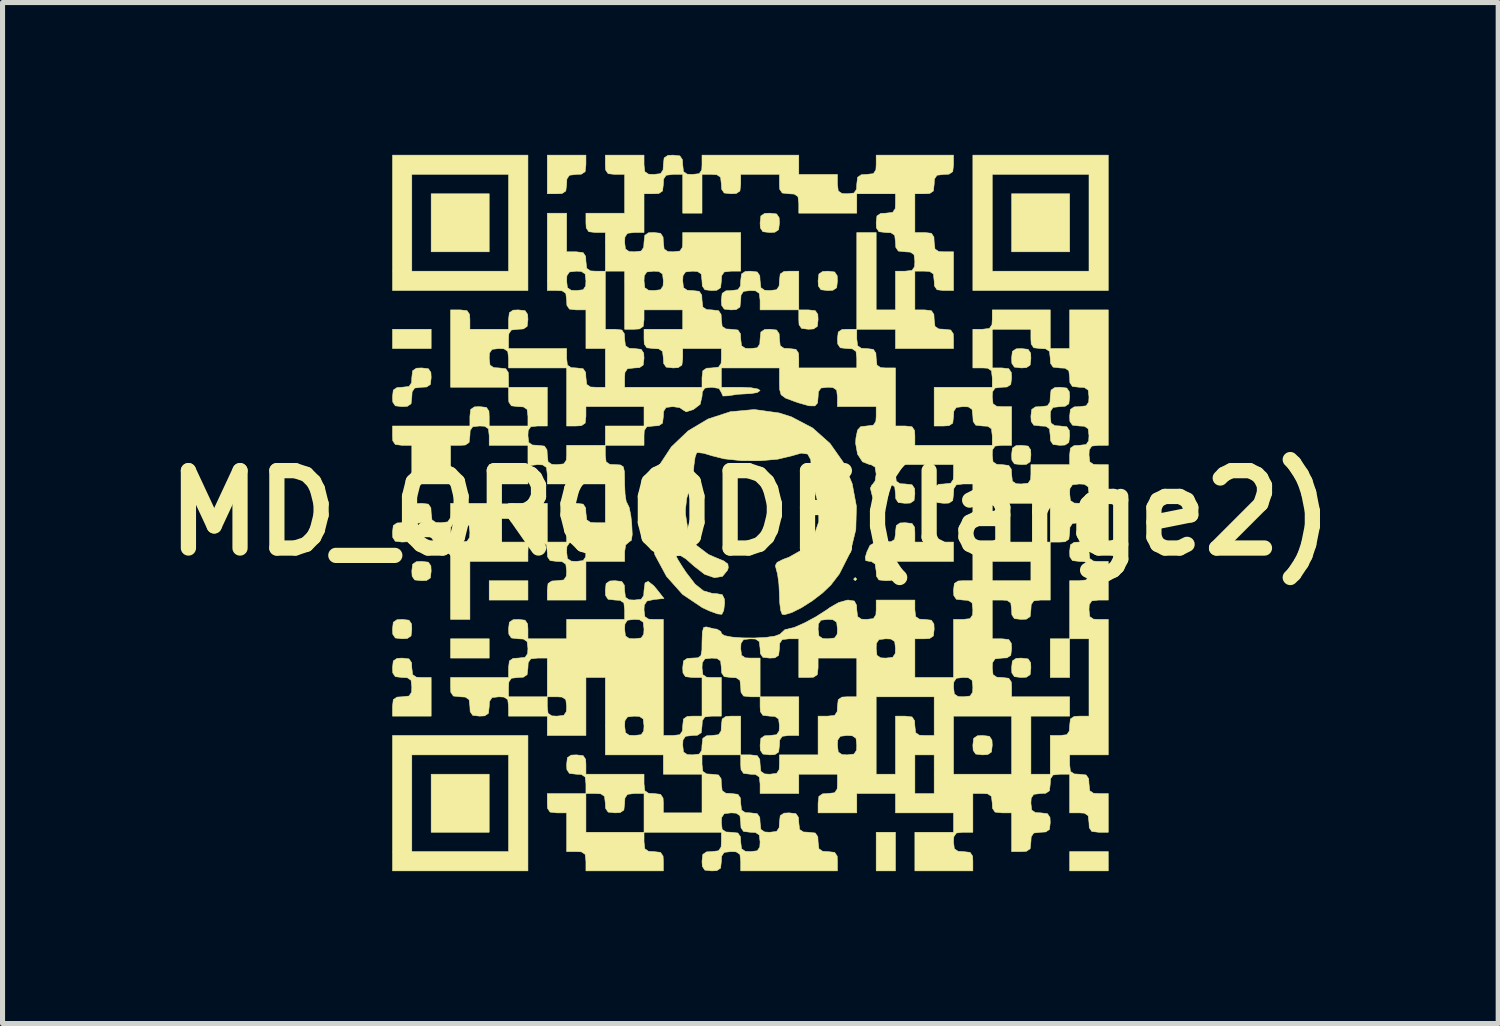
<source format=kicad_pcb>
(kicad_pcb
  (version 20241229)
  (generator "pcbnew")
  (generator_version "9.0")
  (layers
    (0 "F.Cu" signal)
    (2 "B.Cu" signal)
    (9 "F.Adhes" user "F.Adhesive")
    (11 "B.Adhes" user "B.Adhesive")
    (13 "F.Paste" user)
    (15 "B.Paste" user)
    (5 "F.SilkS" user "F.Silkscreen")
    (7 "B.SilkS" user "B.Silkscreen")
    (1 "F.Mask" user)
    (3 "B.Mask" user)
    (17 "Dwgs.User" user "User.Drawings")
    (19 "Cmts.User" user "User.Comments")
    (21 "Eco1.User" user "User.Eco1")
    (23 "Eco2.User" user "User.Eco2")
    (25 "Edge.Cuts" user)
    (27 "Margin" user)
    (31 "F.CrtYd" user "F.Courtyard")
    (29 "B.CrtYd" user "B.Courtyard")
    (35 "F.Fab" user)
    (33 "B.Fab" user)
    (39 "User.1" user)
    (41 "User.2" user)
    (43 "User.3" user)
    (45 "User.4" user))
  (footprint "MD_QRCODE(large2)"
    (layer "F.Cu")
    (at 11.728 7.053)
    (property "Reference" "MD_QRCODE(large2)" (at 0 0 0) (layer "F.SilkS") (effects (font (size 1.524 1.524) (thickness 0.3))))
    (attr through_hole)
    (fp_poly (pts (xy -6.287 -3.239) (xy -7.048 -3.239) (xy -7.048 -3.619) (xy -6.287 -3.619) (xy -6.287 -3.239)) (stroke (width 0.01) (type solid)) (fill yes) (layer "F.SilkS"))
    (fp_poly (pts (xy -5.144 -5.144) (xy -6.287 -5.144) (xy -6.287 -6.287) (xy -5.144 -6.287) (xy -5.144 -5.144)) (stroke (width 0.01) (type solid)) (fill yes) (layer "F.SilkS"))
    (fp_poly (pts (xy -5.144 2.857) (xy -5.905 2.857) (xy -5.905 2.477) (xy -5.144 2.477) (xy -5.144 2.857)) (stroke (width 0.01) (type solid)) (fill yes) (layer "F.SilkS"))
    (fp_poly (pts (xy -5.144 6.287) (xy -6.287 6.287) (xy -6.287 5.144) (xy -5.144 5.144) (xy -5.144 6.287)) (stroke (width 0.01) (type solid)) (fill yes) (layer "F.SilkS"))
    (fp_poly (pts (xy -4.381 1.714) (xy -5.144 1.714) (xy -5.144 1.333) (xy -4.381 1.333) (xy -4.381 1.714)) (stroke (width 0.01) (type solid)) (fill yes) (layer "F.SilkS"))
    (fp_poly (pts (xy 2.095 1.302) (xy 2.064 1.333) (xy 2.032 1.302) (xy 2.064 1.27) (xy 2.095 1.302)) (stroke (width 0.01) (type solid)) (fill yes) (layer "F.SilkS"))
    (fp_poly (pts (xy 2.857 7.048) (xy 2.477 7.048) (xy 2.477 6.287) (xy 2.857 6.287) (xy 2.857 7.048)) (stroke (width 0.01) (type solid)) (fill yes) (layer "F.SilkS"))
    (fp_poly (pts (xy 6.287 -5.144) (xy 5.144 -5.144) (xy 5.144 -6.287) (xy 6.287 -6.287) (xy 6.287 -5.144)) (stroke (width 0.01) (type solid)) (fill yes) (layer "F.SilkS"))
    (fp_poly (pts (xy 6.287 3.239) (xy 5.905 3.239) (xy 5.905 2.477) (xy 6.287 2.477) (xy 6.287 3.239)) (stroke (width 0.01) (type solid)) (fill yes) (layer "F.SilkS"))
    (fp_poly (pts (xy 7.048 7.048) (xy 6.287 7.048) (xy 6.287 6.668) (xy 7.048 6.668) (xy 7.048 7.048)) (stroke (width 0.01) (type solid)) (fill yes) (layer "F.SilkS"))
    (fp_poly (pts (xy -4.381 -4.381) (xy -7.048 -4.381) (xy -7.048 -6.668) (xy -6.668 -6.668) (xy -6.668 -4.763) (xy -4.763 -4.763) (xy -4.763 -6.668) (xy -6.668 -6.668) (xy -7.048 -6.668) (xy -7.048 -7.048) (xy -4.381 -7.048) (xy -4.381 -4.381)) (stroke (width 0.01) (type solid)) (fill yes) (layer "F.SilkS"))
    (fp_poly (pts (xy -4.381 7.048) (xy -7.048 7.048) (xy -7.048 4.763) (xy -6.668 4.763) (xy -6.668 6.668) (xy -4.763 6.668) (xy -4.763 4.763) (xy -6.668 4.763) (xy -7.048 4.763) (xy -7.048 4.381) (xy -4.381 4.381) (xy -4.381 7.048)) (stroke (width 0.01) (type solid)) (fill yes) (layer "F.SilkS"))
    (fp_poly (pts (xy 1.278 -3.985) (xy 1.328 -3.911) (xy 1.333 -3.81) (xy 1.318 -3.675) (xy 1.244 -3.625) (xy 1.143 -3.619) (xy 1.008 -3.635) (xy 0.958 -3.709) (xy 0.953 -3.81) (xy 0.953 -4) (xy 1.143 -4) (xy 1.278 -3.985)) (stroke (width 0.01) (type solid)) (fill yes) (layer "F.SilkS"))
    (fp_poly (pts (xy 7.048 -4.381) (xy 4.381 -4.381) (xy 4.381 -6.668) (xy 4.763 -6.668) (xy 4.763 -4.763) (xy 6.668 -4.763) (xy 6.668 -6.668) (xy 4.763 -6.668) (xy 4.381 -6.668) (xy 4.381 -7.048) (xy 7.048 -7.048) (xy 7.048 -4.381)) (stroke (width 0.01) (type solid)) (fill yes) (layer "F.SilkS"))
    (fp_poly (pts (xy -6.723 2.111) (xy -6.673 2.185) (xy -6.668 2.286) (xy -6.683 2.421) (xy -6.757 2.471) (xy -6.858 2.477) (xy -6.993 2.461) (xy -7.043 2.387) (xy -7.048 2.286) (xy -7.033 2.151) (xy -6.959 2.101) (xy -6.858 2.095) (xy -6.723 2.111)) (stroke (width 0.01) (type solid)) (fill yes) (layer "F.SilkS"))
    (fp_poly (pts (xy -6.342 0.968) (xy -6.292 1.042) (xy -6.287 1.143) (xy -6.302 1.278) (xy -6.376 1.328) (xy -6.477 1.333) (xy -6.612 1.318) (xy -6.662 1.244) (xy -6.668 1.143) (xy -6.652 1.008) (xy -6.578 0.958) (xy -6.477 0.953) (xy -6.342 0.968)) (stroke (width 0.01) (type solid)) (fill yes) (layer "F.SilkS"))
    (fp_poly (pts (xy 0.516 -5.89) (xy 0.566 -5.816) (xy 0.572 -5.715) (xy 0.556 -5.58) (xy 0.482 -5.53) (xy 0.381 -5.524) (xy 0.246 -5.54) (xy 0.196 -5.614) (xy 0.191 -5.715) (xy 0.206 -5.85) (xy 0.28 -5.9) (xy 0.381 -5.905) (xy 0.516 -5.89)) (stroke (width 0.01) (type solid)) (fill yes) (layer "F.SilkS"))
    (fp_poly (pts (xy 1.659 -4.747) (xy 1.709 -4.673) (xy 1.714 -4.572) (xy 1.699 -4.437) (xy 1.625 -4.387) (xy 1.524 -4.381) (xy 1.389 -4.397) (xy 1.339 -4.471) (xy 1.333 -4.572) (xy 1.349 -4.707) (xy 1.423 -4.757) (xy 1.524 -4.763) (xy 1.659 -4.747)) (stroke (width 0.01) (type solid)) (fill yes) (layer "F.SilkS"))
    (fp_poly (pts (xy 4.707 4.397) (xy 4.757 4.471) (xy 4.763 4.572) (xy 4.747 4.707) (xy 4.673 4.757) (xy 4.572 4.763) (xy 4.437 4.747) (xy 4.387 4.673) (xy 4.381 4.572) (xy 4.397 4.437) (xy 4.471 4.387) (xy 4.572 4.381) (xy 4.707 4.397)) (stroke (width 0.01) (type solid)) (fill yes) (layer "F.SilkS"))
    (fp_poly (pts (xy 5.469 -3.223) (xy 5.519 -3.149) (xy 5.524 -3.048) (xy 5.509 -2.913) (xy 5.435 -2.863) (xy 5.334 -2.857) (xy 5.199 -2.873) (xy 5.149 -2.947) (xy 5.144 -3.048) (xy 5.159 -3.183) (xy 5.233 -3.233) (xy 5.334 -3.239) (xy 5.469 -3.223)) (stroke (width 0.01) (type solid)) (fill yes) (layer "F.SilkS"))
    (fp_poly (pts (xy 5.469 -1.318) (xy 5.519 -1.244) (xy 5.524 -1.143) (xy 5.509 -1.008) (xy 5.435 -0.958) (xy 5.334 -0.953) (xy 5.199 -0.968) (xy 5.149 -1.042) (xy 5.144 -1.143) (xy 5.159 -1.278) (xy 5.233 -1.328) (xy 5.334 -1.333) (xy 5.469 -1.318)) (stroke (width 0.01) (type solid)) (fill yes) (layer "F.SilkS"))
    (fp_poly (pts (xy 5.469 2.873) (xy 5.519 2.947) (xy 5.524 3.048) (xy 5.509 3.183) (xy 5.435 3.233) (xy 5.334 3.239) (xy 5.199 3.223) (xy 5.149 3.149) (xy 5.144 3.048) (xy 5.159 2.913) (xy 5.233 2.863) (xy 5.334 2.857) (xy 5.469 2.873)) (stroke (width 0.01) (type solid)) (fill yes) (layer "F.SilkS"))
    (fp_poly (pts (xy -3.239 -6.858) (xy -3.254 -6.723) (xy -3.328 -6.673) (xy -3.429 -6.668) (xy -3.564 -6.652) (xy -3.614 -6.578) (xy -3.619 -6.477) (xy -3.635 -6.342) (xy -3.709 -6.292) (xy -3.81 -6.287) (xy -4 -6.287) (xy -4 -7.048) (xy -3.239 -7.048) (xy -3.239 -6.858)) (stroke (width 0.01) (type solid)) (fill yes) (layer "F.SilkS"))
    (fp_poly (pts (xy -6.342 -2.842) (xy -6.292 -2.768) (xy -6.287 -2.667) (xy -6.302 -2.532) (xy -6.376 -2.482) (xy -6.477 -2.477) (xy -6.612 -2.461) (xy -6.662 -2.387) (xy -6.668 -2.286) (xy -6.683 -2.151) (xy -6.757 -2.101) (xy -6.858 -2.095) (xy -6.993 -2.111) (xy -7.043 -2.185) (xy -7.048 -2.286) (xy -7.033 -2.421) (xy -6.959 -2.471) (xy -6.858 -2.477) (xy -6.723 -2.492) (xy -6.673 -2.566) (xy -6.668 -2.667) (xy -6.652 -2.802) (xy -6.578 -2.852) (xy -6.477 -2.857) (xy -6.342 -2.842)) (stroke (width 0.01) (type solid)) (fill yes) (layer "F.SilkS"))
    (fp_poly (pts (xy -6.723 2.873) (xy -6.673 2.947) (xy -6.668 3.048) (xy -6.652 3.183) (xy -6.578 3.233) (xy -6.477 3.239) (xy -6.287 3.239) (xy -6.287 4) (xy -7.048 4) (xy -7.048 3.81) (xy -7.033 3.675) (xy -6.959 3.625) (xy -6.858 3.619) (xy -6.723 3.604) (xy -6.673 3.53) (xy -6.668 3.429) (xy -6.683 3.294) (xy -6.757 3.244) (xy -6.858 3.239) (xy -6.993 3.223) (xy -7.043 3.149) (xy -7.048 3.048) (xy -7.033 2.913) (xy -6.959 2.863) (xy -6.858 2.857) (xy -6.723 2.873)) (stroke (width 0.01) (type solid)) (fill yes) (layer "F.SilkS"))
    (fp_poly (pts (xy 0.953 4.381) (xy 0.762 4.381) (xy 0.627 4.397) (xy 0.577 4.471) (xy 0.572 4.572) (xy 0.556 4.707) (xy 0.482 4.757) (xy 0.381 4.763) (xy 0.246 4.747) (xy 0.196 4.673) (xy 0.191 4.572) (xy 0.206 4.437) (xy 0.28 4.387) (xy 0.381 4.381) (xy 0.516 4.366) (xy 0.566 4.292) (xy 0.572 4.191) (xy 0.556 4.056) (xy 0.482 4.006) (xy 0.381 4) (xy 0.246 3.985) (xy 0.196 3.911) (xy 0.191 3.81) (xy 0.191 3.619) (xy 0.953 3.619) (xy 0.953 4.381)) (stroke (width 0.01) (type solid)) (fill yes) (layer "F.SilkS"))
    (fp_poly (pts (xy 3.183 0.206) (xy 3.233 0.28) (xy 3.239 0.381) (xy 3.239 0.572) (xy 4 0.572) (xy 4 0.953) (xy 2.857 0.953) (xy 2.857 1.143) (xy 2.842 1.278) (xy 2.768 1.328) (xy 2.667 1.333) (xy 2.532 1.318) (xy 2.482 1.244) (xy 2.477 1.143) (xy 2.456 1.003) (xy 2.381 0.954) (xy 2.353 0.953) (xy 2.272 0.938) (xy 2.262 0.871) (xy 2.296 0.762) (xy 2.356 0.636) (xy 2.45 0.582) (xy 2.61 0.572) (xy 2.77 0.563) (xy 2.84 0.521) (xy 2.857 0.414) (xy 2.857 0.381) (xy 2.873 0.246) (xy 2.947 0.196) (xy 3.048 0.191) (xy 3.183 0.206)) (stroke (width 0.01) (type solid)) (fill yes) (layer "F.SilkS"))
    (fp_poly (pts (xy 6.231 -2.461) (xy 6.281 -2.387) (xy 6.287 -2.286) (xy 6.271 -2.151) (xy 6.197 -2.101) (xy 6.096 -2.095) (xy 5.961 -2.08) (xy 5.911 -2.006) (xy 5.905 -1.905) (xy 5.921 -1.77) (xy 5.995 -1.72) (xy 6.096 -1.714) (xy 6.231 -1.699) (xy 6.281 -1.625) (xy 6.287 -1.524) (xy 6.271 -1.389) (xy 6.197 -1.339) (xy 6.096 -1.333) (xy 5.961 -1.349) (xy 5.911 -1.423) (xy 5.905 -1.524) (xy 5.89 -1.659) (xy 5.816 -1.709) (xy 5.715 -1.714) (xy 5.58 -1.73) (xy 5.53 -1.804) (xy 5.524 -1.905) (xy 5.54 -2.04) (xy 5.614 -2.09) (xy 5.715 -2.095) (xy 5.85 -2.111) (xy 5.9 -2.185) (xy 5.905 -2.286) (xy 5.921 -2.421) (xy 5.995 -2.471) (xy 6.096 -2.477) (xy 6.231 -2.461)) (stroke (width 0.01) (type solid)) (fill yes) (layer "F.SilkS"))
    (fp_poly (pts (xy 0.953 -4) (xy 0.191 -4) (xy 0.191 -4.191) (xy 0.175 -4.326) (xy 0.101 -4.376) (xy 0 -4.381) (xy -0.135 -4.366) (xy -0.185 -4.292) (xy -0.191 -4.191) (xy -0.206 -4.056) (xy -0.28 -4.006) (xy -0.381 -4) (xy -0.516 -4.016) (xy -0.566 -4.09) (xy -0.572 -4.191) (xy -0.556 -4.326) (xy -0.482 -4.376) (xy -0.381 -4.381) (xy -0.246 -4.397) (xy -0.196 -4.471) (xy -0.191 -4.572) (xy -0.175 -4.707) (xy -0.101 -4.757) (xy 0 -4.763) (xy 0.135 -4.747) (xy 0.185 -4.673) (xy 0.191 -4.572) (xy 0.206 -4.437) (xy 0.28 -4.387) (xy 0.381 -4.381) (xy 0.516 -4.397) (xy 0.566 -4.471) (xy 0.572 -4.572) (xy 0.587 -4.707) (xy 0.661 -4.757) (xy 0.762 -4.763) (xy 0.953 -4.763) (xy 0.953 -4)) (stroke (width 0.01) (type solid)) (fill yes) (layer "F.SilkS"))
    (fp_poly (pts (xy 0.568 -1.97) (xy 0.805 -1.895) (xy 1.225 -1.675) (xy 1.568 -1.37) (xy 1.829 -0.999) (xy 2.004 -0.579) (xy 2.088 -0.131) (xy 2.076 0.327) (xy 1.966 0.777) (xy 1.752 1.199) (xy 1.585 1.417) (xy 1.422 1.573) (xy 1.22 1.728) (xy 1.008 1.863) (xy 0.816 1.96) (xy 0.674 2.002) (xy 0.626 1.995) (xy 0.596 1.917) (xy 0.576 1.755) (xy 0.572 1.62) (xy 0.561 1.395) (xy 0.534 1.2) (xy 0.514 1.128) (xy 0.491 1.035) (xy 0.526 0.972) (xy 0.644 0.913) (xy 0.761 0.87) (xy 1.046 0.708) (xy 1.244 0.467) (xy 1.347 0.17) (xy 1.343 -0.159) (xy 1.291 -0.349) (xy 1.23 -0.571) (xy 1.202 -0.791) (xy 1.201 -0.826) (xy 1.189 -1.048) (xy 1.128 -1.161) (xy 1 -1.179) (xy 0.815 -1.126) (xy 0.539 -1.06) (xy 0.192 -1.029) (xy -0.177 -1.031) (xy -0.517 -1.067) (xy -0.748 -1.125) (xy -0.918 -1.176) (xy -1.036 -1.191) (xy -1.06 -1.183) (xy -1.089 -1.1) (xy -1.112 -0.938) (xy -1.117 -0.862) (xy -1.145 -0.652) (xy -1.193 -0.475) (xy -1.21 -0.439) (xy -1.254 -0.29) (xy -1.278 -0.08) (xy -1.279 0.018) (xy -1.225 0.364) (xy -1.076 0.627) (xy -0.828 0.815) (xy -0.704 0.87) (xy -0.526 0.943) (xy -0.444 1.004) (xy -0.435 1.077) (xy -0.451 1.127) (xy -0.55 1.248) (xy -0.708 1.274) (xy -0.9 1.208) (xy -1.103 1.051) (xy -1.107 1.048) (xy -1.269 0.904) (xy -1.392 0.828) (xy -1.456 0.832) (xy -1.46 0.854) (xy -1.428 0.918) (xy -1.344 1.053) (xy -1.265 1.172) (xy -1.089 1.401) (xy -0.926 1.532) (xy -0.747 1.584) (xy -0.671 1.587) (xy -0.554 1.608) (xy -0.512 1.694) (xy -0.508 1.774) (xy -0.525 1.919) (xy -0.563 1.995) (xy -0.645 1.987) (xy -0.8 1.931) (xy -0.943 1.866) (xy -1.336 1.602) (xy -1.652 1.248) (xy -1.88 0.825) (xy -2.008 0.352) (xy -2.032 0.032) (xy -1.974 -0.467) (xy -1.811 -0.915) (xy -1.557 -1.302) (xy -1.227 -1.617) (xy -0.835 -1.851) (xy -0.395 -1.995) (xy 0.078 -2.038) (xy 0.568 -1.97)) (stroke (width 0.01) (type solid)) (fill yes) (layer "F.SilkS"))
    (fp_poly (pts (xy -0.953 4.763) (xy -0.953 4.953) (xy -0.937 5.088) (xy -0.863 5.138) (xy -0.762 5.144) (xy -0.627 5.159) (xy -0.577 5.233) (xy -0.572 5.334) (xy -0.556 5.469) (xy -0.482 5.519) (xy -0.381 5.524) (xy -0.246 5.54) (xy -0.196 5.614) (xy -0.191 5.715) (xy -0.175 5.85) (xy -0.101 5.9) (xy 0 5.905) (xy 0.135 5.921) (xy 0.185 5.995) (xy 0.191 6.096) (xy 0.206 6.231) (xy 0.28 6.281) (xy 0.381 6.287) (xy 0.516 6.271) (xy 0.566 6.197) (xy 0.572 6.096) (xy 0.587 5.961) (xy 0.661 5.911) (xy 0.762 5.905) (xy 0.897 5.921) (xy 0.947 5.995) (xy 0.953 6.096) (xy 0.968 6.231) (xy 1.042 6.281) (xy 1.143 6.287) (xy 1.278 6.302) (xy 1.328 6.376) (xy 1.333 6.477) (xy 1.349 6.612) (xy 1.423 6.662) (xy 1.524 6.668) (xy 1.659 6.683) (xy 1.709 6.757) (xy 1.714 6.858) (xy 1.714 7.048) (xy -0.191 7.048) (xy -0.191 6.858) (xy -0.206 6.723) (xy -0.28 6.673) (xy -0.381 6.668) (xy -0.516 6.683) (xy -0.566 6.757) (xy -0.572 6.858) (xy -0.587 6.993) (xy -0.661 7.043) (xy -0.762 7.048) (xy -0.897 7.033) (xy -0.947 6.959) (xy -0.953 6.858) (xy -0.937 6.723) (xy -0.863 6.673) (xy -0.762 6.668) (xy -0.627 6.652) (xy -0.577 6.578) (xy -0.572 6.477) (xy -0.572 6.287) (xy -2.095 6.287) (xy -2.095 6.477) (xy -2.08 6.612) (xy -2.006 6.662) (xy -1.905 6.668) (xy -1.77 6.683) (xy -1.72 6.757) (xy -1.714 6.858) (xy -1.714 7.048) (xy -3.239 7.048) (xy -3.239 6.858) (xy -3.254 6.723) (xy -3.328 6.673) (xy -3.429 6.668) (xy -3.619 6.668) (xy -3.619 5.905) (xy -3.81 5.905) (xy -3.945 5.89) (xy -3.995 5.816) (xy -4 5.715) (xy -4 5.524) (xy -3.239 5.524) (xy -3.239 6.287) (xy -2.095 6.287) (xy -2.095 6.096) (xy -0.572 6.096) (xy -0.556 6.231) (xy -0.482 6.281) (xy -0.381 6.287) (xy -0.246 6.302) (xy -0.196 6.376) (xy -0.191 6.477) (xy -0.175 6.612) (xy -0.101 6.662) (xy 0 6.668) (xy 0.135 6.652) (xy 0.185 6.578) (xy 0.191 6.477) (xy 0.175 6.342) (xy 0.101 6.292) (xy 0 6.287) (xy -0.135 6.271) (xy -0.185 6.197) (xy -0.191 6.096) (xy -0.206 5.961) (xy -0.28 5.911) (xy -0.381 5.905) (xy -0.516 5.921) (xy -0.566 5.995) (xy -0.572 6.096) (xy -2.095 6.096) (xy -2.095 5.524) (xy -2.286 5.524) (xy -2.421 5.54) (xy -2.471 5.614) (xy -2.477 5.715) (xy -2.492 5.85) (xy -2.566 5.9) (xy -2.667 5.905) (xy -2.802 5.89) (xy -2.852 5.816) (xy -2.857 5.715) (xy -2.873 5.58) (xy -2.947 5.53) (xy -3.048 5.524) (xy -3.239 5.524) (xy -3.239 5.334) (xy -3.254 5.199) (xy -3.328 5.149) (xy -3.429 5.144) (xy -3.564 5.128) (xy -3.614 5.054) (xy -3.619 4.953) (xy -3.604 4.818) (xy -3.53 4.768) (xy -3.429 4.763) (xy -3.294 4.778) (xy -3.244 4.852) (xy -3.239 4.953) (xy -3.239 5.144) (xy -2.095 5.144) (xy -2.095 5.334) (xy -2.08 5.469) (xy -2.006 5.519) (xy -1.905 5.524) (xy -1.77 5.54) (xy -1.72 5.614) (xy -1.714 5.715) (xy -1.714 5.905) (xy -0.953 5.905) (xy -0.953 5.144) (xy -1.714 5.144) (xy -1.714 4.763) (xy -2.857 4.763) (xy -2.857 4.572) (xy -1.333 4.572) (xy -1.318 4.707) (xy -1.244 4.757) (xy -1.143 4.763) (xy -1.008 4.747) (xy -0.958 4.673) (xy -0.953 4.572) (xy -0.937 4.437) (xy -0.863 4.387) (xy -0.762 4.381) (xy -0.627 4.366) (xy -0.577 4.292) (xy -0.572 4.191) (xy -0.556 4.056) (xy -0.482 4.006) (xy -0.381 4) (xy -0.191 4) (xy -0.191 4.763) (xy 0 4.763) (xy 0.135 4.778) (xy 0.185 4.852) (xy 0.191 4.953) (xy 0.206 5.088) (xy 0.28 5.138) (xy 0.381 5.144) (xy 0.516 5.128) (xy 0.566 5.054) (xy 0.572 4.953) (xy 0.572 4.763) (xy 1.333 4.763) (xy 1.333 4.572) (xy 1.714 4.572) (xy 1.73 4.707) (xy 1.804 4.757) (xy 1.905 4.763) (xy 2.04 4.747) (xy 2.09 4.673) (xy 2.095 4.572) (xy 2.08 4.437) (xy 2.006 4.387) (xy 1.905 4.381) (xy 1.77 4.397) (xy 1.72 4.471) (xy 1.714 4.572) (xy 1.333 4.572) (xy 1.333 4) (xy 1.524 4) (xy 1.659 3.985) (xy 1.709 3.911) (xy 1.714 3.81) (xy 1.73 3.675) (xy 1.804 3.625) (xy 1.905 3.619) (xy 2.095 3.619) (xy 2.477 3.619) (xy 2.477 5.144) (xy 2.857 5.144) (xy 2.857 4.763) (xy 3.239 4.763) (xy 3.239 5.524) (xy 3.619 5.524) (xy 3.619 4.763) (xy 3.239 4.763) (xy 2.857 4.763) (xy 2.857 4) (xy 3.048 4) (xy 3.183 4.016) (xy 3.233 4.09) (xy 3.239 4.191) (xy 3.254 4.326) (xy 3.328 4.376) (xy 3.429 4.381) (xy 3.619 4.381) (xy 3.619 4) (xy 4 4) (xy 4 5.144) (xy 5.144 5.144) (xy 5.144 4) (xy 4 4) (xy 3.619 4) (xy 3.619 3.619) (xy 2.477 3.619) (xy 2.095 3.619) (xy 2.095 3.429) (xy 4 3.429) (xy 4.016 3.564) (xy 4.09 3.614) (xy 4.191 3.619) (xy 4.326 3.604) (xy 4.376 3.53) (xy 4.381 3.429) (xy 4.366 3.294) (xy 4.292 3.244) (xy 4.191 3.239) (xy 4.056 3.254) (xy 4.006 3.328) (xy 4 3.429) (xy 2.095 3.429) (xy 2.095 2.857) (xy 1.333 2.857) (xy 1.333 3.048) (xy 1.318 3.183) (xy 1.244 3.233) (xy 1.143 3.239) (xy 0.953 3.239) (xy 0.953 2.667) (xy 2.477 2.667) (xy 2.492 2.802) (xy 2.566 2.852) (xy 2.667 2.857) (xy 2.802 2.842) (xy 2.852 2.768) (xy 2.857 2.667) (xy 2.842 2.532) (xy 2.768 2.482) (xy 2.667 2.477) (xy 2.532 2.492) (xy 2.482 2.566) (xy 2.477 2.667) (xy 0.953 2.667) (xy 0.953 2.477) (xy 0.762 2.477) (xy 0.627 2.492) (xy 0.577 2.566) (xy 0.572 2.667) (xy 0.556 2.802) (xy 0.482 2.852) (xy 0.381 2.857) (xy 0.246 2.842) (xy 0.196 2.768) (xy 0.191 2.667) (xy 0.175 2.532) (xy 0.101 2.482) (xy 0 2.477) (xy -0.135 2.492) (xy -0.185 2.566) (xy -0.191 2.667) (xy -0.175 2.802) (xy -0.101 2.852) (xy 0 2.857) (xy 0.191 2.857) (xy 0.191 3.619) (xy 0 3.619) (xy -0.135 3.604) (xy -0.185 3.53) (xy -0.191 3.429) (xy -0.206 3.294) (xy -0.28 3.244) (xy -0.381 3.239) (xy -0.516 3.223) (xy -0.566 3.149) (xy -0.572 3.048) (xy -0.587 2.913) (xy -0.661 2.863) (xy -0.762 2.857) (xy -0.897 2.873) (xy -0.947 2.947) (xy -0.953 3.048) (xy -0.937 3.183) (xy -0.863 3.233) (xy -0.762 3.239) (xy -0.572 3.239) (xy -0.572 4) (xy -0.762 4) (xy -0.897 4.016) (xy -0.947 4.09) (xy -0.953 4.191) (xy -0.968 4.326) (xy -1.042 4.376) (xy -1.143 4.381) (xy -1.278 4.397) (xy -1.328 4.471) (xy -1.333 4.572) (xy -2.857 4.572) (xy -2.857 4.191) (xy -2.477 4.191) (xy -2.461 4.326) (xy -2.387 4.376) (xy -2.286 4.381) (xy -2.151 4.366) (xy -2.101 4.292) (xy -2.095 4.191) (xy -2.111 4.056) (xy -2.185 4.006) (xy -2.286 4) (xy -2.421 4.016) (xy -2.471 4.09) (xy -2.477 4.191) (xy -2.857 4.191) (xy -2.857 3.239) (xy -3.239 3.239) (xy -3.239 4.381) (xy -4 4.381) (xy -4 4) (xy -4.763 4) (xy -4.763 3.81) (xy -4.778 3.675) (xy -4.852 3.625) (xy -4.953 3.619) (xy -5.088 3.635) (xy -5.138 3.709) (xy -5.144 3.81) (xy -5.159 3.945) (xy -5.233 3.995) (xy -5.334 4) (xy -5.469 3.985) (xy -5.519 3.911) (xy -5.524 3.81) (xy -5.54 3.675) (xy -5.614 3.625) (xy -5.715 3.619) (xy -5.85 3.604) (xy -5.9 3.53) (xy -5.905 3.429) (xy -4.763 3.429) (xy -4.763 3.619) (xy -4 3.619) (xy -4 3.81) (xy -3.985 3.945) (xy -3.911 3.995) (xy -3.81 4) (xy -3.675 3.985) (xy -3.625 3.911) (xy -3.619 3.81) (xy -3.635 3.675) (xy -3.709 3.625) (xy -3.81 3.619) (xy -4 3.619) (xy -4 2.857) (xy -4.191 2.857) (xy -4.326 2.873) (xy -4.376 2.947) (xy -4.381 3.048) (xy -4.397 3.183) (xy -4.471 3.233) (xy -4.572 3.239) (xy -4.707 3.254) (xy -4.757 3.328) (xy -4.763 3.429) (xy -5.905 3.429) (xy -5.905 3.239) (xy -4.763 3.239) (xy -4.763 3.048) (xy -4.747 2.913) (xy -4.673 2.863) (xy -4.572 2.857) (xy -4.437 2.842) (xy -4.387 2.768) (xy -4.381 2.667) (xy -4.397 2.532) (xy -4.471 2.482) (xy -4.572 2.477) (xy -4.707 2.461) (xy -4.757 2.387) (xy -4.763 2.286) (xy -4.747 2.151) (xy -4.673 2.101) (xy -4.572 2.095) (xy -4.437 2.111) (xy -4.387 2.185) (xy -4.381 2.286) (xy -4.381 2.477) (xy -3.619 2.477) (xy -3.619 2.286) (xy -2.477 2.286) (xy -2.461 2.421) (xy -2.387 2.471) (xy -2.286 2.477) (xy -2.151 2.461) (xy -2.101 2.387) (xy -2.095 2.286) (xy -2.111 2.151) (xy -2.185 2.101) (xy -2.286 2.095) (xy -2.421 2.111) (xy -2.471 2.185) (xy -2.477 2.286) (xy -3.619 2.286) (xy -3.619 2.095) (xy -2.477 2.095) (xy -2.477 1.905) (xy -2.492 1.77) (xy -2.566 1.72) (xy -2.667 1.714) (xy -2.802 1.699) (xy -2.852 1.625) (xy -2.857 1.524) (xy -2.842 1.389) (xy -2.768 1.339) (xy -2.667 1.333) (xy -2.532 1.349) (xy -2.482 1.423) (xy -2.477 1.524) (xy -2.461 1.659) (xy -2.387 1.709) (xy -2.286 1.714) (xy -2.151 1.699) (xy -2.101 1.625) (xy -2.095 1.524) (xy -2.075 1.376) (xy -2.013 1.346) (xy -1.904 1.432) (xy -1.84 1.508) (xy -1.702 1.683) (xy -1.899 1.703) (xy -2.038 1.734) (xy -2.09 1.815) (xy -2.095 1.909) (xy -2.079 2.041) (xy -2.004 2.09) (xy -1.905 2.095) (xy -1.714 2.095) (xy -1.714 4.381) (xy -1.524 4.381) (xy -1.389 4.366) (xy -1.339 4.292) (xy -1.333 4.191) (xy -1.318 4.056) (xy -1.244 4.006) (xy -1.143 4) (xy -0.953 4) (xy -0.953 3.239) (xy -1.143 3.239) (xy -1.278 3.223) (xy -1.328 3.149) (xy -1.333 3.048) (xy -1.318 2.913) (xy -1.244 2.863) (xy -1.143 2.857) (xy -1.031 2.851) (xy -0.975 2.809) (xy -0.955 2.7) (xy -0.953 2.533) (xy -0.946 2.343) (xy -0.921 2.254) (xy -0.869 2.242) (xy -0.852 2.247) (xy -0.709 2.282) (xy -0.662 2.286) (xy -0.581 2.334) (xy -0.572 2.371) (xy -0.514 2.414) (xy -0.364 2.443) (xy -0.156 2.459) (xy 0.078 2.461) (xy 0.302 2.45) (xy 0.483 2.424) (xy 0.587 2.385) (xy 0.599 2.371) (xy 0.682 2.295) (xy 0.731 2.286) (xy 1.333 2.286) (xy 1.349 2.421) (xy 1.423 2.471) (xy 1.524 2.477) (xy 1.659 2.461) (xy 1.709 2.387) (xy 1.714 2.286) (xy 1.699 2.151) (xy 1.625 2.101) (xy 1.524 2.095) (xy 1.389 2.111) (xy 1.339 2.185) (xy 1.333 2.286) (xy 0.731 2.286) (xy 0.865 2.253) (xy 1.064 2.165) (xy 1.289 2.044) (xy 1.503 1.907) (xy 1.562 1.864) (xy 1.736 1.764) (xy 1.906 1.716) (xy 1.927 1.714) (xy 2.047 1.733) (xy 2.091 1.816) (xy 2.095 1.905) (xy 2.111 2.04) (xy 2.185 2.09) (xy 2.286 2.095) (xy 2.421 2.08) (xy 2.471 2.006) (xy 2.477 1.905) (xy 2.477 1.714) (xy 3.239 1.714) (xy 3.239 1.905) (xy 3.254 2.04) (xy 3.328 2.09) (xy 3.429 2.095) (xy 3.564 2.111) (xy 3.614 2.185) (xy 3.619 2.286) (xy 3.604 2.421) (xy 3.53 2.471) (xy 3.429 2.477) (xy 3.239 2.477) (xy 3.239 3.239) (xy 4 3.239) (xy 4 2.095) (xy 4.191 2.095) (xy 4.326 2.08) (xy 4.376 2.006) (xy 4.381 1.905) (xy 4.366 1.77) (xy 4.292 1.72) (xy 4.191 1.714) (xy 4.763 1.714) (xy 4.763 2.477) (xy 4.953 2.477) (xy 5.088 2.492) (xy 5.138 2.566) (xy 5.144 2.667) (xy 5.128 2.802) (xy 5.054 2.852) (xy 4.953 2.857) (xy 4.818 2.873) (xy 4.768 2.947) (xy 4.763 3.048) (xy 4.778 3.183) (xy 4.852 3.233) (xy 4.953 3.239) (xy 5.088 3.254) (xy 5.138 3.328) (xy 5.144 3.429) (xy 5.144 3.619) (xy 6.287 3.619) (xy 6.287 4) (xy 5.524 4) (xy 5.524 5.144) (xy 5.905 5.144) (xy 5.905 4.381) (xy 6.096 4.381) (xy 6.231 4.366) (xy 6.281 4.292) (xy 6.287 4.191) (xy 6.302 4.056) (xy 6.376 4.006) (xy 6.477 4) (xy 6.668 4) (xy 6.668 2.477) (xy 6.287 2.477) (xy 6.287 1.333) (xy 6.477 1.333) (xy 6.612 1.318) (xy 6.662 1.244) (xy 6.668 1.143) (xy 6.652 1.008) (xy 6.578 0.958) (xy 6.477 0.953) (xy 6.342 0.937) (xy 6.292 0.863) (xy 6.287 0.762) (xy 6.302 0.627) (xy 6.376 0.577) (xy 6.477 0.572) (xy 6.612 0.556) (xy 6.662 0.482) (xy 6.668 0.381) (xy 6.652 0.246) (xy 6.578 0.196) (xy 6.477 0.191) (xy 6.342 0.206) (xy 6.292 0.28) (xy 6.287 0.381) (xy 6.271 0.516) (xy 6.197 0.566) (xy 6.096 0.572) (xy 5.905 0.572) (xy 5.905 1.714) (xy 5.715 1.714) (xy 5.58 1.73) (xy 5.53 1.804) (xy 5.524 1.905) (xy 5.509 2.04) (xy 5.435 2.09) (xy 5.334 2.095) (xy 5.199 2.08) (xy 5.149 2.006) (xy 5.144 1.905) (xy 5.128 1.77) (xy 5.054 1.72) (xy 4.953 1.714) (xy 4.763 1.714) (xy 4.191 1.714) (xy 4.056 1.699) (xy 4.006 1.625) (xy 4 1.524) (xy 4.016 1.389) (xy 4.09 1.339) (xy 4.191 1.333) (xy 4.381 1.333) (xy 4.381 0.953) (xy 4.763 0.953) (xy 4.763 1.333) (xy 5.524 1.333) (xy 5.524 0.953) (xy 4.763 0.953) (xy 4.381 0.953) (xy 4.381 0.572) (xy 5.905 0.572) (xy 5.905 -0.191) (xy 4.763 -0.191) (xy 4.763 0) (xy 4.747 0.135) (xy 4.673 0.185) (xy 4.572 0.191) (xy 4.381 0.191) (xy 4.381 -0.381) (xy 6.287 -0.381) (xy 6.302 -0.246) (xy 6.376 -0.196) (xy 6.477 -0.191) (xy 6.612 -0.206) (xy 6.662 -0.28) (xy 6.668 -0.381) (xy 6.652 -0.516) (xy 6.578 -0.566) (xy 6.477 -0.572) (xy 6.342 -0.556) (xy 6.292 -0.482) (xy 6.287 -0.381) (xy 4.381 -0.381) (xy 4.381 -0.572) (xy 4.191 -0.572) (xy 4.056 -0.556) (xy 4.006 -0.482) (xy 4 -0.381) (xy 3.985 -0.246) (xy 3.911 -0.196) (xy 3.81 -0.191) (xy 3.675 -0.206) (xy 3.625 -0.28) (xy 3.619 -0.381) (xy 3.635 -0.516) (xy 3.709 -0.566) (xy 3.81 -0.572) (xy 3.945 -0.587) (xy 3.995 -0.661) (xy 4 -0.762) (xy 4 -0.953) (xy 2.857 -0.953) (xy 2.857 -0.762) (xy 2.873 -0.627) (xy 2.947 -0.577) (xy 3.048 -0.572) (xy 3.183 -0.556) (xy 3.233 -0.482) (xy 3.239 -0.381) (xy 3.223 -0.246) (xy 3.149 -0.196) (xy 3.048 -0.191) (xy 2.913 -0.206) (xy 2.863 -0.28) (xy 2.857 -0.381) (xy 2.842 -0.516) (xy 2.768 -0.566) (xy 2.667 -0.572) (xy 2.535 -0.557) (xy 2.482 -0.487) (xy 2.471 -0.365) (xy 2.466 -0.159) (xy 2.398 -0.346) (xy 2.362 -0.49) (xy 2.394 -0.554) (xy 2.403 -0.558) (xy 2.456 -0.632) (xy 2.477 -0.767) (xy 2.455 -0.905) (xy 2.377 -0.951) (xy 2.351 -0.953) (xy 2.208 -1.009) (xy 2.11 -1.159) (xy 2.072 -1.372) (xy 2.078 -1.476) (xy 2.11 -1.633) (xy 2.172 -1.701) (xy 2.293 -1.714) (xy 2.423 -1.731) (xy 2.471 -1.808) (xy 2.477 -1.905) (xy 2.477 -2.095) (xy 1.714 -2.095) (xy 1.714 -2.286) (xy 1.699 -2.421) (xy 1.625 -2.471) (xy 1.524 -2.477) (xy 1.389 -2.461) (xy 1.339 -2.387) (xy 1.333 -2.286) (xy 1.322 -2.166) (xy 1.27 -2.109) (xy 1.155 -2.111) (xy 0.954 -2.168) (xy 0.869 -2.197) (xy 0.692 -2.263) (xy 0.604 -2.329) (xy 0.575 -2.436) (xy 0.572 -2.578) (xy 0.572 -2.857) (xy -0.572 -2.857) (xy -0.572 -2.477) (xy -0.191 -2.477) (xy 0.012 -2.467) (xy 0.15 -2.442) (xy 0.191 -2.413) (xy 0.134 -2.372) (xy -0.005 -2.35) (xy -0.048 -2.349) (xy -0.248 -2.338) (xy -0.417 -2.312) (xy -0.429 -2.309) (xy -0.541 -2.304) (xy -0.572 -2.374) (xy -0.618 -2.453) (xy -0.762 -2.477) (xy -0.897 -2.46) (xy -0.947 -2.387) (xy -0.953 -2.296) (xy -0.99 -2.139) (xy -1.123 -2.038) (xy -1.125 -2.037) (xy -1.265 -1.993) (xy -1.321 -2.027) (xy -1.394 -2.076) (xy -1.529 -2.095) (xy -1.661 -2.079) (xy -1.709 -2.003) (xy -1.714 -1.905) (xy -1.73 -1.77) (xy -1.804 -1.72) (xy -1.905 -1.714) (xy -2.04 -1.699) (xy -2.09 -1.625) (xy -2.095 -1.524) (xy -2.095 -1.333) (xy -2.857 -1.333) (xy -2.857 -1.143) (xy -2.842 -1.008) (xy -2.768 -0.958) (xy -2.667 -0.953) (xy -2.561 -0.947) (xy -2.504 -0.912) (xy -2.481 -0.816) (xy -2.477 -0.629) (xy -2.477 -0.577) (xy -2.468 -0.373) (xy -2.446 -0.228) (xy -2.421 -0.18) (xy -2.387 -0.11) (xy -2.355 0.048) (xy -2.337 0.206) (xy -2.327 0.424) (xy -2.344 0.538) (xy -2.392 0.571) (xy -2.392 0.572) (xy -2.456 0.628) (xy -2.477 0.762) (xy -2.477 0.953) (xy -3.239 0.953) (xy -3.239 1.714) (xy -4 1.714) (xy -4 1.524) (xy -3.985 1.389) (xy -3.911 1.339) (xy -3.81 1.333) (xy -3.675 1.318) (xy -3.625 1.244) (xy -3.619 1.143) (xy -3.635 1.008) (xy -3.709 0.958) (xy -3.81 0.953) (xy -3.945 0.937) (xy -3.995 0.863) (xy -4 0.762) (xy -3.619 0.762) (xy -3.604 0.897) (xy -3.53 0.947) (xy -3.429 0.953) (xy -3.294 0.937) (xy -3.244 0.863) (xy -3.239 0.762) (xy -3.254 0.627) (xy -3.328 0.577) (xy -3.429 0.572) (xy -3.564 0.587) (xy -3.614 0.661) (xy -3.619 0.762) (xy -4 0.762) (xy -4.016 0.627) (xy -4.09 0.577) (xy -4.191 0.572) (xy -4.326 0.587) (xy -4.376 0.661) (xy -4.381 0.762) (xy -4.381 0.953) (xy -5.524 0.953) (xy -5.524 2.095) (xy -5.905 2.095) (xy -5.905 0.572) (xy -6.096 0.572) (xy -6.231 0.556) (xy -6.281 0.482) (xy -6.287 0.381) (xy -5.905 0.381) (xy -5.89 0.516) (xy -5.816 0.566) (xy -5.715 0.572) (xy -5.58 0.556) (xy -5.53 0.482) (xy -5.524 0.381) (xy -5.54 0.246) (xy -5.614 0.196) (xy -5.715 0.191) (xy -5.85 0.206) (xy -5.9 0.28) (xy -5.905 0.381) (xy -6.287 0.381) (xy -6.302 0.246) (xy -6.376 0.196) (xy -6.477 0.191) (xy -6.612 0.206) (xy -6.662 0.28) (xy -6.668 0.381) (xy -6.683 0.516) (xy -6.757 0.566) (xy -6.858 0.572) (xy -6.993 0.556) (xy -7.043 0.482) (xy -7.048 0.381) (xy -7.033 0.246) (xy -6.959 0.196) (xy -6.858 0.191) (xy -6.723 0.175) (xy -6.673 0.101) (xy -6.668 0) (xy -6.652 -0.135) (xy -6.578 -0.185) (xy -6.477 -0.191) (xy -6.342 -0.175) (xy -6.292 -0.101) (xy -6.287 0) (xy -6.271 0.135) (xy -6.197 0.185) (xy -6.096 0.191) (xy -5.961 0.175) (xy -5.911 0.101) (xy -5.905 0) (xy -5.905 -0.191) (xy -5.144 -0.191) (xy -5.144 0.572) (xy -4.381 0.572) (xy -4.381 0.381) (xy -4.397 0.246) (xy -4.471 0.196) (xy -4.572 0.191) (xy -4.707 0.175) (xy -4.757 0.101) (xy -4.763 0) (xy -4.763 -0.191) (xy -4 -0.191) (xy -4 0.572) (xy -3.619 0.572) (xy -3.619 -0.191) (xy -3.429 -0.191) (xy -3.294 -0.175) (xy -3.244 -0.101) (xy -3.239 0) (xy -3.223 0.135) (xy -3.149 0.185) (xy -3.048 0.191) (xy -2.857 0.191) (xy -2.857 -0.572) (xy -4 -0.572) (xy -4 -0.762) (xy -4.016 -0.897) (xy -4.09 -0.947) (xy -4.191 -0.953) (xy -4.326 -0.937) (xy -4.376 -0.863) (xy -4.381 -0.762) (xy -4.381 -0.572) (xy -5.144 -0.572) (xy -5.144 -0.953) (xy -4.381 -0.953) (xy -4.381 -1.333) (xy -5.144 -1.333) (xy -5.144 -1.524) (xy -5.159 -1.659) (xy -5.233 -1.709) (xy -5.334 -1.714) (xy -5.469 -1.699) (xy -5.519 -1.625) (xy -5.524 -1.524) (xy -5.54 -1.389) (xy -5.614 -1.339) (xy -5.715 -1.333) (xy -5.905 -1.333) (xy -5.905 -0.572) (xy -6.668 -0.572) (xy -6.668 -1.333) (xy -6.858 -1.333) (xy -6.993 -1.349) (xy -7.043 -1.423) (xy -7.048 -1.524) (xy -7.048 -1.714) (xy -5.524 -1.714) (xy -5.524 -1.905) (xy -5.509 -2.04) (xy -5.435 -2.09) (xy -5.334 -2.095) (xy -5.199 -2.08) (xy -5.149 -2.006) (xy -5.144 -1.905) (xy -5.144 -1.714) (xy -4.381 -1.714) (xy -4.381 -1.905) (xy -4.397 -2.04) (xy -4.471 -2.09) (xy -4.572 -2.095) (xy -4.707 -2.111) (xy -4.757 -2.185) (xy -4.763 -2.286) (xy -4.763 -2.477) (xy -5.905 -2.477) (xy -5.905 -3.048) (xy -5.144 -3.048) (xy -5.128 -2.913) (xy -5.054 -2.863) (xy -4.953 -2.857) (xy -4.818 -2.842) (xy -4.768 -2.768) (xy -4.763 -2.667) (xy -4.763 -2.477) (xy -4 -2.477) (xy -4 -1.714) (xy -4.191 -1.714) (xy -4.326 -1.699) (xy -4.376 -1.625) (xy -4.381 -1.524) (xy -4.366 -1.389) (xy -4.292 -1.339) (xy -4.191 -1.333) (xy -4.056 -1.318) (xy -4.006 -1.244) (xy -4 -1.143) (xy -3.985 -1.008) (xy -3.911 -0.958) (xy -3.81 -0.953) (xy -3.675 -0.968) (xy -3.625 -1.042) (xy -3.619 -1.143) (xy -3.619 -1.333) (xy -2.857 -1.333) (xy -2.857 -1.714) (xy -2.095 -1.714) (xy -2.095 -2.095) (xy -3.239 -2.095) (xy -3.239 -1.905) (xy -3.254 -1.77) (xy -3.328 -1.72) (xy -3.429 -1.714) (xy -3.619 -1.714) (xy -3.619 -2.857) (xy -4.763 -2.857) (xy -4.763 -3.048) (xy -4.778 -3.183) (xy -4.852 -3.233) (xy -4.953 -3.239) (xy -5.088 -3.223) (xy -5.138 -3.149) (xy -5.144 -3.048) (xy -5.905 -3.048) (xy -5.905 -4) (xy -5.715 -4) (xy -5.58 -3.985) (xy -5.53 -3.911) (xy -5.524 -3.81) (xy -5.524 -3.619) (xy -4.763 -3.619) (xy -4.763 -3.81) (xy -4.747 -3.945) (xy -4.673 -3.995) (xy -4.572 -4) (xy -4.437 -3.985) (xy -4.387 -3.911) (xy -4.381 -3.81) (xy -4.397 -3.675) (xy -4.471 -3.625) (xy -4.572 -3.619) (xy -4.707 -3.604) (xy -4.757 -3.53) (xy -4.763 -3.429) (xy -4.763 -3.239) (xy -3.619 -3.239) (xy -3.619 -3.048) (xy -3.604 -2.913) (xy -3.53 -2.863) (xy -3.429 -2.857) (xy -3.294 -2.842) (xy -3.244 -2.768) (xy -3.239 -2.667) (xy -3.223 -2.532) (xy -3.149 -2.482) (xy -3.048 -2.477) (xy -2.857 -2.477) (xy -2.857 -3.239) (xy -3.239 -3.239) (xy -3.239 -4) (xy -3.429 -4) (xy -3.564 -4.016) (xy -3.614 -4.09) (xy -3.619 -4.191) (xy -3.635 -4.326) (xy -3.709 -4.376) (xy -3.81 -4.381) (xy -4 -4.381) (xy -4 -4.572) (xy -3.619 -4.572) (xy -3.604 -4.437) (xy -3.53 -4.387) (xy -3.429 -4.381) (xy -3.294 -4.397) (xy -3.244 -4.471) (xy -3.239 -4.572) (xy -3.254 -4.707) (xy -3.328 -4.757) (xy -3.429 -4.763) (xy -3.564 -4.747) (xy -3.614 -4.673) (xy -3.619 -4.572) (xy -4 -4.572) (xy -4 -5.905) (xy -3.619 -5.905) (xy -3.619 -5.144) (xy -3.429 -5.144) (xy -3.294 -5.128) (xy -3.244 -5.054) (xy -3.239 -4.953) (xy -3.223 -4.818) (xy -3.149 -4.768) (xy -3.048 -4.763) (xy -2.857 -4.763) (xy -2.857 -3.619) (xy -2.667 -3.619) (xy -2.532 -3.604) (xy -2.482 -3.53) (xy -2.477 -3.429) (xy -2.461 -3.294) (xy -2.387 -3.244) (xy -2.286 -3.239) (xy -2.151 -3.223) (xy -2.101 -3.149) (xy -2.095 -3.048) (xy -2.111 -2.913) (xy -2.185 -2.863) (xy -2.286 -2.857) (xy -2.421 -2.842) (xy -2.471 -2.768) (xy -2.477 -2.667) (xy -2.477 -2.477) (xy -0.953 -2.477) (xy -0.953 -2.667) (xy -0.937 -2.802) (xy -0.863 -2.852) (xy -0.762 -2.857) (xy -0.627 -2.873) (xy -0.577 -2.947) (xy -0.572 -3.048) (xy -0.572 -3.239) (xy -1.333 -3.239) (xy -1.333 -3.048) (xy -1.349 -2.913) (xy -1.423 -2.863) (xy -1.524 -2.857) (xy -1.659 -2.873) (xy -1.709 -2.947) (xy -1.714 -3.048) (xy -1.73 -3.183) (xy -1.804 -3.233) (xy -1.905 -3.239) (xy -2.04 -3.254) (xy -2.09 -3.328) (xy -2.095 -3.429) (xy -2.095 -3.619) (xy -1.333 -3.619) (xy -1.333 -4) (xy -2.095 -4) (xy -2.095 -3.81) (xy -2.111 -3.675) (xy -2.185 -3.625) (xy -2.286 -3.619) (xy -2.477 -3.619) (xy -2.477 -4.572) (xy -2.095 -4.572) (xy -2.08 -4.437) (xy -2.006 -4.387) (xy -1.905 -4.381) (xy -1.77 -4.397) (xy -1.72 -4.471) (xy -1.714 -4.572) (xy -1.73 -4.707) (xy -1.804 -4.757) (xy -1.905 -4.763) (xy -2.04 -4.747) (xy -2.09 -4.673) (xy -2.095 -4.572) (xy -2.477 -4.572) (xy -2.477 -4.763) (xy -2.857 -4.763) (xy -2.857 -5.334) (xy -2.477 -5.334) (xy -2.461 -5.199) (xy -2.387 -5.149) (xy -2.286 -5.144) (xy -2.151 -5.159) (xy -2.101 -5.233) (xy -2.095 -5.334) (xy -2.08 -5.469) (xy -2.006 -5.519) (xy -1.905 -5.524) (xy -1.77 -5.509) (xy -1.72 -5.435) (xy -1.714 -5.334) (xy -1.699 -5.199) (xy -1.625 -5.149) (xy -1.524 -5.144) (xy -1.389 -5.159) (xy -1.339 -5.233) (xy -1.333 -5.334) (xy -1.333 -5.524) (xy -0.191 -5.524) (xy -0.191 -4.763) (xy -0.381 -4.763) (xy -0.516 -4.747) (xy -0.566 -4.673) (xy -0.572 -4.572) (xy -0.587 -4.437) (xy -0.661 -4.387) (xy -0.762 -4.381) (xy -0.897 -4.397) (xy -0.947 -4.471) (xy -0.953 -4.572) (xy -0.968 -4.707) (xy -1.042 -4.757) (xy -1.143 -4.763) (xy -1.278 -4.747) (xy -1.328 -4.673) (xy -1.333 -4.572) (xy -1.318 -4.437) (xy -1.244 -4.387) (xy -1.143 -4.381) (xy -1.008 -4.366) (xy -0.958 -4.292) (xy -0.953 -4.191) (xy -0.937 -4.056) (xy -0.863 -4.006) (xy -0.762 -4) (xy -0.627 -3.985) (xy -0.577 -3.911) (xy -0.572 -3.81) (xy -0.556 -3.675) (xy -0.482 -3.625) (xy -0.381 -3.619) (xy -0.246 -3.604) (xy -0.196 -3.53) (xy -0.191 -3.429) (xy -0.175 -3.294) (xy -0.101 -3.244) (xy 0 -3.239) (xy 0.135 -3.254) (xy 0.185 -3.328) (xy 0.191 -3.429) (xy 0.206 -3.564) (xy 0.28 -3.614) (xy 0.381 -3.619) (xy 0.516 -3.604) (xy 0.566 -3.53) (xy 0.572 -3.429) (xy 0.587 -3.294) (xy 0.661 -3.244) (xy 0.762 -3.239) (xy 0.897 -3.223) (xy 0.947 -3.149) (xy 0.953 -3.048) (xy 0.953 -2.857) (xy 2.095 -2.857) (xy 2.095 -3.048) (xy 2.08 -3.183) (xy 2.006 -3.233) (xy 1.905 -3.239) (xy 1.77 -3.254) (xy 1.72 -3.328) (xy 1.714 -3.429) (xy 1.73 -3.564) (xy 1.804 -3.614) (xy 1.905 -3.619) (xy 2.095 -3.619) (xy 2.095 -5.524) (xy 2.477 -5.524) (xy 2.477 -4) (xy 2.857 -4) (xy 2.857 -4.763) (xy 3.048 -4.763) (xy 3.183 -4.778) (xy 3.233 -4.852) (xy 3.239 -4.953) (xy 3.223 -5.088) (xy 3.149 -5.138) (xy 3.048 -5.144) (xy 2.913 -5.159) (xy 2.863 -5.233) (xy 2.857 -5.334) (xy 2.842 -5.469) (xy 2.768 -5.519) (xy 2.667 -5.524) (xy 2.532 -5.54) (xy 2.482 -5.614) (xy 2.477 -5.715) (xy 2.492 -5.85) (xy 2.566 -5.9) (xy 2.667 -5.905) (xy 2.802 -5.921) (xy 2.852 -5.995) (xy 2.857 -6.096) (xy 2.857 -6.287) (xy 2.095 -6.287) (xy 2.095 -5.905) (xy 0.953 -5.905) (xy 0.953 -6.096) (xy 0.937 -6.231) (xy 0.863 -6.281) (xy 0.762 -6.287) (xy 0.627 -6.302) (xy 0.577 -6.376) (xy 0.572 -6.477) (xy 0.572 -6.668) (xy -0.191 -6.668) (xy -0.191 -6.477) (xy -0.206 -6.342) (xy -0.28 -6.292) (xy -0.381 -6.287) (xy -0.516 -6.302) (xy -0.566 -6.376) (xy -0.572 -6.477) (xy -0.587 -6.612) (xy -0.661 -6.662) (xy -0.762 -6.668) (xy -0.953 -6.668) (xy -0.953 -5.905) (xy -1.333 -5.905) (xy -1.333 -6.668) (xy -1.524 -6.668) (xy -1.659 -6.652) (xy -1.709 -6.578) (xy -1.714 -6.477) (xy -1.73 -6.342) (xy -1.804 -6.292) (xy -1.905 -6.287) (xy -2.095 -6.287) (xy -2.095 -5.524) (xy -2.286 -5.524) (xy -2.421 -5.509) (xy -2.471 -5.435) (xy -2.477 -5.334) (xy -2.857 -5.334) (xy -2.857 -5.524) (xy -3.048 -5.524) (xy -3.183 -5.54) (xy -3.233 -5.614) (xy -3.239 -5.715) (xy -3.239 -5.905) (xy -2.477 -5.905) (xy -2.477 -6.668) (xy -2.667 -6.668) (xy -2.802 -6.683) (xy -2.852 -6.757) (xy -2.857 -6.858) (xy -2.857 -7.048) (xy -2.095 -7.048) (xy -2.095 -6.858) (xy -2.08 -6.723) (xy -2.006 -6.673) (xy -1.905 -6.668) (xy -1.77 -6.683) (xy -1.72 -6.757) (xy -1.714 -6.858) (xy -1.699 -6.993) (xy -1.625 -7.043) (xy -1.524 -7.048) (xy -1.389 -7.033) (xy -1.339 -6.959) (xy -1.333 -6.858) (xy -1.318 -6.723) (xy -1.244 -6.673) (xy -1.143 -6.668) (xy -1.008 -6.683) (xy -0.958 -6.757) (xy -0.953 -6.858) (xy -0.953 -7.048) (xy 0.953 -7.048) (xy 0.953 -6.668) (xy 1.714 -6.668) (xy 1.714 -6.477) (xy 1.73 -6.342) (xy 1.804 -6.292) (xy 1.905 -6.287) (xy 2.04 -6.302) (xy 2.09 -6.376) (xy 2.095 -6.477) (xy 2.111 -6.612) (xy 2.185 -6.662) (xy 2.286 -6.668) (xy 2.421 -6.683) (xy 2.471 -6.757) (xy 2.477 -6.858) (xy 2.477 -7.048) (xy 4 -7.048) (xy 4 -6.858) (xy 3.985 -6.723) (xy 3.911 -6.673) (xy 3.81 -6.668) (xy 3.675 -6.652) (xy 3.625 -6.578) (xy 3.619 -6.477) (xy 3.604 -6.342) (xy 3.53 -6.292) (xy 3.429 -6.287) (xy 3.239 -6.287) (xy 3.239 -5.524) (xy 3.429 -5.524) (xy 3.564 -5.509) (xy 3.614 -5.435) (xy 3.619 -5.334) (xy 3.635 -5.199) (xy 3.709 -5.149) (xy 3.81 -5.144) (xy 4 -5.144) (xy 4 -4.381) (xy 3.81 -4.381) (xy 3.675 -4.397) (xy 3.625 -4.471) (xy 3.619 -4.572) (xy 3.604 -4.707) (xy 3.53 -4.757) (xy 3.429 -4.763) (xy 3.239 -4.763) (xy 3.239 -4) (xy 3.429 -4) (xy 3.564 -3.985) (xy 3.614 -3.911) (xy 3.619 -3.81) (xy 3.635 -3.675) (xy 3.709 -3.625) (xy 3.81 -3.619) (xy 3.945 -3.604) (xy 3.995 -3.53) (xy 4 -3.429) (xy 4 -3.239) (xy 2.857 -3.239) (xy 2.857 -3.619) (xy 2.095 -3.619) (xy 2.095 -3.429) (xy 2.111 -3.294) (xy 2.185 -3.244) (xy 2.286 -3.239) (xy 2.421 -3.223) (xy 2.471 -3.149) (xy 2.477 -3.048) (xy 2.492 -2.913) (xy 2.566 -2.863) (xy 2.667 -2.857) (xy 2.857 -2.857) (xy 2.857 -1.714) (xy 3.048 -1.714) (xy 3.183 -1.699) (xy 3.233 -1.625) (xy 3.239 -1.524) (xy 3.239 -1.333) (xy 4.763 -1.333) (xy 4.763 -1.524) (xy 4.747 -1.659) (xy 4.673 -1.709) (xy 4.572 -1.714) (xy 4.437 -1.73) (xy 4.387 -1.804) (xy 4.381 -1.905) (xy 4.366 -2.04) (xy 4.292 -2.09) (xy 4.191 -2.095) (xy 4.056 -2.08) (xy 4.006 -2.006) (xy 4 -1.905) (xy 3.985 -1.77) (xy 3.911 -1.72) (xy 3.81 -1.714) (xy 3.619 -1.714) (xy 3.619 -2.477) (xy 4.763 -2.477) (xy 4.763 -2.667) (xy 4.747 -2.802) (xy 4.673 -2.852) (xy 4.572 -2.857) (xy 4.381 -2.857) (xy 4.381 -3.619) (xy 4.572 -3.619) (xy 4.763 -3.619) (xy 4.763 -2.857) (xy 4.953 -2.857) (xy 5.088 -2.842) (xy 5.138 -2.768) (xy 5.144 -2.667) (xy 5.128 -2.532) (xy 5.054 -2.482) (xy 4.953 -2.477) (xy 4.818 -2.461) (xy 4.768 -2.387) (xy 4.763 -2.286) (xy 4.778 -2.151) (xy 4.852 -2.101) (xy 4.953 -2.095) (xy 5.144 -2.095) (xy 5.144 -1.333) (xy 4.953 -1.333) (xy 4.818 -1.318) (xy 4.768 -1.244) (xy 4.763 -1.143) (xy 4.778 -1.008) (xy 4.852 -0.958) (xy 4.953 -0.953) (xy 5.088 -0.937) (xy 5.138 -0.863) (xy 5.144 -0.762) (xy 5.159 -0.627) (xy 5.233 -0.577) (xy 5.334 -0.572) (xy 5.469 -0.587) (xy 5.519 -0.661) (xy 5.524 -0.762) (xy 5.524 -0.953) (xy 6.287 -0.953) (xy 6.287 -1.143) (xy 6.302 -1.278) (xy 6.376 -1.328) (xy 6.477 -1.333) (xy 6.612 -1.349) (xy 6.662 -1.423) (xy 6.668 -1.524) (xy 6.652 -1.659) (xy 6.578 -1.709) (xy 6.477 -1.714) (xy 6.342 -1.73) (xy 6.292 -1.804) (xy 6.287 -1.905) (xy 6.302 -2.04) (xy 6.376 -2.09) (xy 6.477 -2.095) (xy 6.612 -2.111) (xy 6.662 -2.185) (xy 6.668 -2.286) (xy 6.652 -2.421) (xy 6.578 -2.471) (xy 6.477 -2.477) (xy 6.342 -2.492) (xy 6.292 -2.566) (xy 6.287 -2.667) (xy 6.271 -2.802) (xy 6.197 -2.852) (xy 6.096 -2.857) (xy 5.961 -2.873) (xy 5.911 -2.947) (xy 5.905 -3.048) (xy 5.89 -3.183) (xy 5.816 -3.233) (xy 5.715 -3.239) (xy 5.58 -3.254) (xy 5.53 -3.328) (xy 5.524 -3.429) (xy 5.524 -3.619) (xy 4.763 -3.619) (xy 4.572 -3.619) (xy 4.707 -3.635) (xy 4.757 -3.709) (xy 4.763 -3.81) (xy 4.763 -4) (xy 5.905 -4) (xy 5.905 -3.239) (xy 6.287 -3.239) (xy 6.287 -4) (xy 7.048 -4) (xy 7.048 -1.333) (xy 6.858 -1.333) (xy 6.723 -1.318) (xy 6.673 -1.244) (xy 6.668 -1.143) (xy 6.683 -1.008) (xy 6.757 -0.958) (xy 6.858 -0.953) (xy 7.048 -0.953) (xy 7.048 0.572) (xy 6.858 0.572) (xy 6.723 0.587) (xy 6.673 0.661) (xy 6.668 0.762) (xy 6.683 0.897) (xy 6.757 0.947) (xy 6.858 0.953) (xy 7.048 0.953) (xy 7.048 1.714) (xy 6.858 1.714) (xy 6.723 1.73) (xy 6.673 1.804) (xy 6.668 1.905) (xy 6.683 2.04) (xy 6.757 2.09) (xy 6.858 2.095) (xy 7.048 2.095) (xy 7.048 4.763) (xy 6.287 4.763) (xy 6.287 4.953) (xy 6.302 5.088) (xy 6.376 5.138) (xy 6.477 5.144) (xy 6.612 5.159) (xy 6.662 5.233) (xy 6.668 5.334) (xy 6.683 5.469) (xy 6.757 5.519) (xy 6.858 5.524) (xy 7.048 5.524) (xy 7.048 6.287) (xy 6.858 6.287) (xy 6.723 6.271) (xy 6.673 6.197) (xy 6.668 6.096) (xy 6.652 5.961) (xy 6.578 5.911) (xy 6.477 5.905) (xy 6.287 5.905) (xy 6.287 5.144) (xy 6.096 5.144) (xy 5.961 5.159) (xy 5.911 5.233) (xy 5.905 5.334) (xy 5.89 5.469) (xy 5.816 5.519) (xy 5.715 5.524) (xy 5.58 5.54) (xy 5.53 5.614) (xy 5.524 5.715) (xy 5.54 5.85) (xy 5.614 5.9) (xy 5.715 5.905) (xy 5.85 5.921) (xy 5.9 5.995) (xy 5.905 6.096) (xy 5.89 6.231) (xy 5.816 6.281) (xy 5.715 6.287) (xy 5.58 6.302) (xy 5.53 6.376) (xy 5.524 6.477) (xy 5.509 6.612) (xy 5.435 6.662) (xy 5.334 6.668) (xy 5.144 6.668) (xy 5.144 5.905) (xy 4.953 5.905) (xy 4.818 5.89) (xy 4.768 5.816) (xy 4.763 5.715) (xy 4.747 5.58) (xy 4.673 5.53) (xy 4.572 5.524) (xy 4.381 5.524) (xy 4.381 6.287) (xy 4.191 6.287) (xy 4.056 6.302) (xy 4.006 6.376) (xy 4 6.477) (xy 4.016 6.612) (xy 4.09 6.662) (xy 4.191 6.668) (xy 4.326 6.683) (xy 4.376 6.757) (xy 4.381 6.858) (xy 4.381 7.048) (xy 3.239 7.048) (xy 3.239 6.287) (xy 4 6.287) (xy 4 5.905) (xy 2.857 5.905) (xy 2.857 5.524) (xy 2.095 5.524) (xy 2.095 5.905) (xy 1.333 5.905) (xy 1.333 5.715) (xy 1.349 5.58) (xy 1.423 5.53) (xy 1.524 5.524) (xy 1.659 5.509) (xy 1.709 5.435) (xy 1.714 5.334) (xy 1.714 5.144) (xy 0.953 5.144) (xy 0.953 5.524) (xy 0.191 5.524) (xy 0.191 5.334) (xy 0.175 5.199) (xy 0.101 5.149) (xy 0 5.144) (xy -0.135 5.128) (xy -0.185 5.054) (xy -0.191 4.953) (xy -0.191 4.763) (xy -0.953 4.763)) (stroke (width 0.01) (type solid)) (fill yes) (layer "F.SilkS")))
  (gr_rect
    (start -3 -3)
    (end 26.455 17.107)
    (stroke (width 0.1) (type default))
    (fill no)
    (layer "Edge.Cuts")))
</source>
